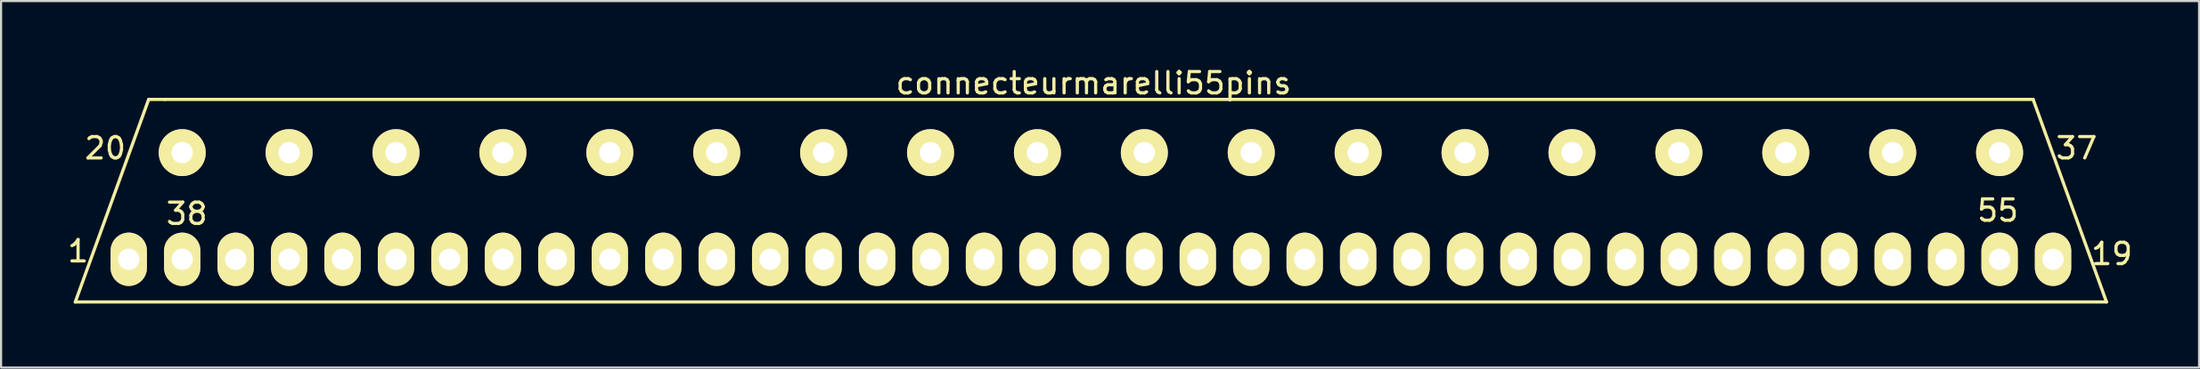
<source format=kicad_pcb>
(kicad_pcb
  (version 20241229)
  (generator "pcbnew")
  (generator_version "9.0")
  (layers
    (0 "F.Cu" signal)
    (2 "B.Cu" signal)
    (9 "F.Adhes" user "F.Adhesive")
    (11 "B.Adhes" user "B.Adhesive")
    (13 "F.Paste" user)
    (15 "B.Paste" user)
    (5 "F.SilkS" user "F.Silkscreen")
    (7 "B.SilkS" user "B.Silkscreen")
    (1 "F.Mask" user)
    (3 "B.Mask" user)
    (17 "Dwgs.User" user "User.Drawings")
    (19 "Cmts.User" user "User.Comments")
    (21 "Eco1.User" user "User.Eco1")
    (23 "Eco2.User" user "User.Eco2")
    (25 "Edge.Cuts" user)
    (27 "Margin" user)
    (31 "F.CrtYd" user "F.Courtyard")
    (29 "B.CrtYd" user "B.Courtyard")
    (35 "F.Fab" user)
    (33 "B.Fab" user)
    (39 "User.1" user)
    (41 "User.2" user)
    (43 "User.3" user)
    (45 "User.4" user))
  (footprint "connecteurmarelli55pins"
    (layer "F.Cu")
    (at 47.972 9.103)
    (property "Reference" "connecteurmarelli55pins" (at 0.127 -8.255 0) (layer "F.SilkS") (effects (font (size 1 1) (thickness 0.15))))
    (attr through_hole)
    (fp_line (start -47.5 2) (end -44.069 -7.493) (stroke (width 0.15) (type solid)) (layer "F.SilkS"))
    (fp_line (start -43.312 -7.493) (end 44.069 -7.493) (stroke (width 0.15) (type solid)) (layer "F.SilkS"))
    (fp_line (start -43.307 -7.493) (end -44.069 -7.493) (stroke (width 0.15) (type solid)) (layer "F.SilkS"))
    (fp_line (start 44.069 -7.493) (end 47.5 2) (stroke (width 0.15) (type solid)) (layer "F.SilkS"))
    (fp_line (start 47.5 2) (end -47.5 2) (stroke (width 0.15) (type solid)) (layer "F.SilkS"))
    (fp_text user "20" (at -46.101 -5.207 0) (layer "F.SilkS") (effects (font (size 1 1) (thickness 0.15))))
    (fp_text user "55" (at 42.418 -2.286 0) (layer "F.SilkS") (effects (font (size 1 1) (thickness 0.15))))
    (fp_text user "37" (at 46.101 -5.207 0) (layer "F.SilkS") (effects (font (size 1 1) (thickness 0.15))))
    (fp_text user "1" (at -47.371 -0.381 0) (layer "F.SilkS") (effects (font (size 1 1) (thickness 0.15))))
    (fp_text user "19" (at 47.752 -0.254 0) (layer "F.SilkS") (effects (font (size 1 1) (thickness 0.15))))
    (fp_text user "38" (at -42.284 -2.135 0) (layer "F.SilkS") (effects (font (size 1 1) (thickness 0.15))))
    (pad "1" thru_hole oval (at -45 0) (size 1.7 2.5) (drill 1) (layers "*.Cu" "*.Mask" "F.SilkS"))
    (pad "2" thru_hole oval (at -40 0) (size 1.7 2.5) (drill 1) (layers "*.Cu" "*.Mask" "F.SilkS"))
    (pad "3" thru_hole oval (at -35 0) (size 1.7 2.5) (drill 1) (layers "*.Cu" "*.Mask" "F.SilkS"))
    (pad "4" thru_hole oval (at -30 0) (size 1.7 2.5) (drill 1) (layers "*.Cu" "*.Mask" "F.SilkS"))
    (pad "5" thru_hole oval (at -25 0) (size 1.7 2.5) (drill 1) (layers "*.Cu" "*.Mask" "F.SilkS"))
    (pad "6" thru_hole oval (at -20 0) (size 1.7 2.5) (drill 1) (layers "*.Cu" "*.Mask" "F.SilkS"))
    (pad "7" thru_hole oval (at -15 0) (size 1.7 2.5) (drill 1) (layers "*.Cu" "*.Mask" "F.SilkS"))
    (pad "8" thru_hole oval (at -10 0) (size 1.7 2.5) (drill 1) (layers "*.Cu" "*.Mask" "F.SilkS"))
    (pad "9" thru_hole oval (at -5 0) (size 1.7 2.5) (drill 1) (layers "*.Cu" "*.Mask" "F.SilkS"))
    (pad "10" thru_hole oval (at 0 0) (size 1.7 2.5) (drill 1) (layers "*.Cu" "*.Mask" "F.SilkS"))
    (pad "11" thru_hole oval (at 5 0) (size 1.7 2.5) (drill 1) (layers "*.Cu" "*.Mask" "F.SilkS"))
    (pad "12" thru_hole oval (at 10 0) (size 1.7 2.5) (drill 1) (layers "*.Cu" "*.Mask" "F.SilkS"))
    (pad "13" thru_hole oval (at 15 0) (size 1.7 2.5) (drill 1) (layers "*.Cu" "*.Mask" "F.SilkS"))
    (pad "14" thru_hole oval (at 20 0) (size 1.7 2.5) (drill 1) (layers "*.Cu" "*.Mask" "F.SilkS"))
    (pad "15" thru_hole oval (at 25 0) (size 1.7 2.5) (drill 1) (layers "*.Cu" "*.Mask" "F.SilkS"))
    (pad "16" thru_hole oval (at 30 0) (size 1.7 2.5) (drill 1) (layers "*.Cu" "*.Mask" "F.SilkS"))
    (pad "17" thru_hole oval (at 35 0) (size 1.7 2.5) (drill 1) (layers "*.Cu" "*.Mask" "F.SilkS"))
    (pad "18" thru_hole oval (at 40 0) (size 1.7 2.5) (drill 1) (layers "*.Cu" "*.Mask" "F.SilkS"))
    (pad "19" thru_hole oval (at 45 0) (size 1.7 2.5) (drill 1) (layers "*.Cu" "*.Mask" "F.SilkS"))
    (pad "20" thru_hole circle (at -42.5 -5) (size 2.2 2.2) (drill 1) (layers "*.Cu" "*.Mask" "F.SilkS"))
    (pad "21" thru_hole circle (at -37.5 -5) (size 2.2 2.2) (drill 1) (layers "*.Cu" "*.Mask" "F.SilkS"))
    (pad "22" thru_hole circle (at -32.5 -5) (size 2.2 2.2) (drill 1) (layers "*.Cu" "*.Mask" "F.SilkS"))
    (pad "23" thru_hole circle (at -27.5 -5) (size 2.2 2.2) (drill 1) (layers "*.Cu" "*.Mask" "F.SilkS"))
    (pad "24" thru_hole circle (at -22.5 -5) (size 2.2 2.2) (drill 1) (layers "*.Cu" "*.Mask" "F.SilkS"))
    (pad "25" thru_hole circle (at -17.5 -5) (size 2.2 2.2) (drill 1) (layers "*.Cu" "*.Mask" "F.SilkS"))
    (pad "26" thru_hole circle (at -12.5 -5) (size 2.2 2.2) (drill 1) (layers "*.Cu" "*.Mask" "F.SilkS"))
    (pad "27" thru_hole circle (at -7.5 -5) (size 2.2 2.2) (drill 1) (layers "*.Cu" "*.Mask" "F.SilkS"))
    (pad "28" thru_hole circle (at -2.5 -5) (size 2.2 2.2) (drill 1) (layers "*.Cu" "*.Mask" "F.SilkS"))
    (pad "29" thru_hole circle (at 2.5 -5) (size 2.2 2.2) (drill 1) (layers "*.Cu" "*.Mask" "F.SilkS"))
    (pad "30" thru_hole circle (at 7.5 -5) (size 2.2 2.2) (drill 1) (layers "*.Cu" "*.Mask" "F.SilkS"))
    (pad "31" thru_hole circle (at 12.5 -5) (size 2.2 2.2) (drill 1) (layers "*.Cu" "*.Mask" "F.SilkS"))
    (pad "32" thru_hole circle (at 17.5 -5) (size 2.2 2.2) (drill 1) (layers "*.Cu" "*.Mask" "F.SilkS"))
    (pad "33" thru_hole circle (at 22.5 -5) (size 2.2 2.2) (drill 1) (layers "*.Cu" "*.Mask" "F.SilkS"))
    (pad "34" thru_hole circle (at 27.5 -5) (size 2.2 2.2) (drill 1) (layers "*.Cu" "*.Mask" "F.SilkS"))
    (pad "35" thru_hole circle (at 32.5 -5) (size 2.2 2.2) (drill 1) (layers "*.Cu" "*.Mask" "F.SilkS"))
    (pad "36" thru_hole circle (at 37.5 -5) (size 2.2 2.2) (drill 1) (layers "*.Cu" "*.Mask" "F.SilkS"))
    (pad "37" thru_hole circle (at 42.5 -5) (size 2.2 2.2) (drill 1) (layers "*.Cu" "*.Mask" "F.SilkS"))
    (pad "38" thru_hole oval (at -42.5 0) (size 1.7 2.5) (drill 1) (layers "*.Cu" "*.Mask" "F.SilkS"))
    (pad "39" thru_hole oval (at -37.5 0) (size 1.7 2.5) (drill 1) (layers "*.Cu" "*.Mask" "F.SilkS"))
    (pad "40" thru_hole oval (at -32.5 0) (size 1.7 2.5) (drill 1) (layers "*.Cu" "*.Mask" "F.SilkS"))
    (pad "41" thru_hole oval (at -27.5 0) (size 1.7 2.5) (drill 1) (layers "*.Cu" "*.Mask" "F.SilkS"))
    (pad "42" thru_hole oval (at -22.5 0) (size 1.7 2.5) (drill 1) (layers "*.Cu" "*.Mask" "F.SilkS"))
    (pad "43" thru_hole oval (at -17.5 0) (size 1.7 2.5) (drill 1) (layers "*.Cu" "*.Mask" "F.SilkS"))
    (pad "44" thru_hole oval (at -12.5 0) (size 1.7 2.5) (drill 1) (layers "*.Cu" "*.Mask" "F.SilkS"))
    (pad "45" thru_hole oval (at -7.5 0) (size 1.7 2.5) (drill 1) (layers "*.Cu" "*.Mask" "F.SilkS"))
    (pad "46" thru_hole oval (at -2.5 0) (size 1.7 2.5) (drill 1) (layers "*.Cu" "*.Mask" "F.SilkS"))
    (pad "47" thru_hole oval (at 2.5 0) (size 1.7 2.5) (drill 1) (layers "*.Cu" "*.Mask" "F.SilkS"))
    (pad "48" thru_hole oval (at 7.5 0) (size 1.7 2.5) (drill 1) (layers "*.Cu" "*.Mask" "F.SilkS"))
    (pad "49" thru_hole oval (at 12.5 0) (size 1.7 2.5) (drill 1) (layers "*.Cu" "*.Mask" "F.SilkS"))
    (pad "50" thru_hole oval (at 17.5 0) (size 1.7 2.5) (drill 1) (layers "*.Cu" "*.Mask" "F.SilkS"))
    (pad "51" thru_hole oval (at 22.5 0) (size 1.7 2.5) (drill 1) (layers "*.Cu" "*.Mask" "F.SilkS"))
    (pad "52" thru_hole oval (at 27.5 0) (size 1.7 2.5) (drill 1) (layers "*.Cu" "*.Mask" "F.SilkS"))
    (pad "53" thru_hole oval (at 32.5 0) (size 1.7 2.5) (drill 1) (layers "*.Cu" "*.Mask" "F.SilkS"))
    (pad "54" thru_hole oval (at 37.5 0) (size 1.7 2.5) (drill 1) (layers "*.Cu" "*.Mask" "F.SilkS"))
    (pad "55" thru_hole oval (at 42.5 0) (size 1.7 2.5) (drill 1) (layers "*.Cu" "*.Mask" "F.SilkS")))
  (gr_rect
    (start -3 -3)
    (end 99.802 14.178)
    (stroke (width 0.1) (type default))
    (fill no)
    (layer "Edge.Cuts")))
</source>
